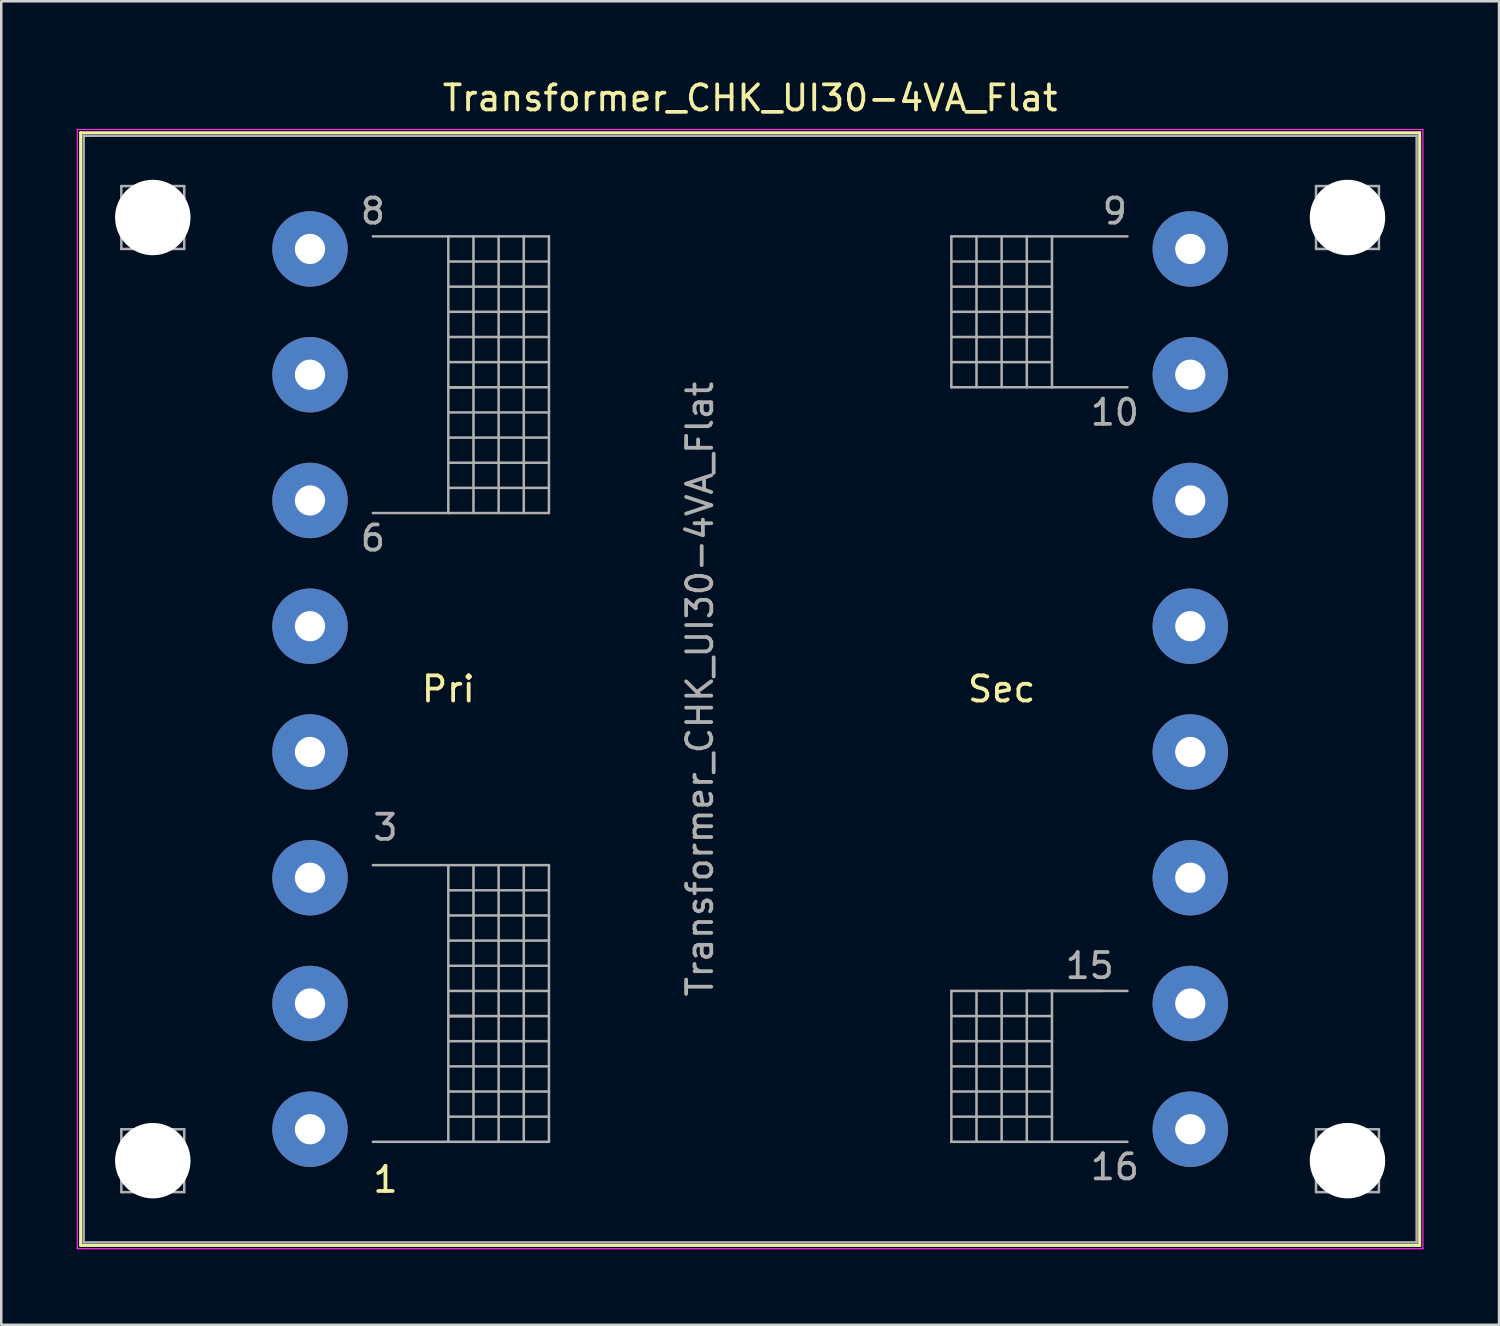
<source format=kicad_pcb>
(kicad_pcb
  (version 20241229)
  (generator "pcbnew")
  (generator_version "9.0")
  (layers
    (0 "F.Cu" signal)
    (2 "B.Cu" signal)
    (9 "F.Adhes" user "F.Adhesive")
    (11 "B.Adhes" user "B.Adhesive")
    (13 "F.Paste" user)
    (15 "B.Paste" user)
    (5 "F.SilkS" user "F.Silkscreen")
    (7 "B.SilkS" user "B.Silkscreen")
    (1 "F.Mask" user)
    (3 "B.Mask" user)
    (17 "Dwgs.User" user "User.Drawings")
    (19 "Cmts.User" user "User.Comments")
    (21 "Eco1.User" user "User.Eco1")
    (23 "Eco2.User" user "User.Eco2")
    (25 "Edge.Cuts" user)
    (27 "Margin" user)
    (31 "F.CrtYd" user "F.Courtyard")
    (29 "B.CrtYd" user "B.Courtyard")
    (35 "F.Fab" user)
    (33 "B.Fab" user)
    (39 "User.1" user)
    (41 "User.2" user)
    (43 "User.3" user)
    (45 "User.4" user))
  (footprint "Transformer_CHK_UI30-4VA_Flat"
    (layer "F.Cu")
    (at 9.275 41.848)
    (property "Reference" "Transformer_CHK_UI30-4VA_Flat" (at 17.5 -41 0) (layer "F.SilkS") (effects (font (size 1 1) (thickness 0.15))))
    (attr through_hole)
    (fp_line (start -9.12 -39.62) (end -9.12 4.62) (stroke (width 0.12) (type solid)) (layer "F.SilkS"))
    (fp_line (start -9.12 -39.62) (end 44.12 -39.62) (stroke (width 0.12) (type solid)) (layer "F.SilkS"))
    (fp_line (start 44.12 4.62) (end -9.12 4.62) (stroke (width 0.12) (type solid)) (layer "F.SilkS"))
    (fp_line (start 44.12 4.62) (end 44.12 -39.62) (stroke (width 0.12) (type solid)) (layer "F.SilkS"))
    (fp_line (start -9.25 -39.75) (end -9.25 4.75) (stroke (width 0.05) (type solid)) (layer "F.CrtYd"))
    (fp_line (start -9.25 -39.75) (end 44.25 -39.75) (stroke (width 0.05) (type solid)) (layer "F.CrtYd"))
    (fp_line (start 44.25 4.75) (end -9.25 4.75) (stroke (width 0.05) (type solid)) (layer "F.CrtYd"))
    (fp_line (start 44.25 4.75) (end 44.25 -39.75) (stroke (width 0.05) (type solid)) (layer "F.CrtYd"))
    (fp_line (start -9 -39.5) (end -9 4.5) (stroke (width 0.1) (type solid)) (layer "F.Fab"))
    (fp_line (start -9 4.5) (end 44 4.5) (stroke (width 0.1) (type solid)) (layer "F.Fab"))
    (fp_line (start -7.5 -37.5) (end -7.5 -35) (stroke (width 0.1) (type solid)) (layer "F.Fab"))
    (fp_line (start -7.5 -35) (end -5 -35) (stroke (width 0.1) (type solid)) (layer "F.Fab"))
    (fp_line (start -7.5 0) (end -7.5 2.5) (stroke (width 0.1) (type solid)) (layer "F.Fab"))
    (fp_line (start -7.5 2.5) (end -5 2.5) (stroke (width 0.1) (type solid)) (layer "F.Fab"))
    (fp_line (start -6.25 -37.5) (end -7.5 -37.5) (stroke (width 0.1) (type solid)) (layer "F.Fab"))
    (fp_line (start -6.25 0) (end -7.5 0) (stroke (width 0.1) (type solid)) (layer "F.Fab"))
    (fp_line (start -5 -37.5) (end -6.25 -37.5) (stroke (width 0.1) (type solid)) (layer "F.Fab"))
    (fp_line (start -5 -35) (end -5 -37.5) (stroke (width 0.1) (type solid)) (layer "F.Fab"))
    (fp_line (start -5 0) (end -6.25 0) (stroke (width 0.1) (type solid)) (layer "F.Fab"))
    (fp_line (start -5 2.5) (end -5 0) (stroke (width 0.1) (type solid)) (layer "F.Fab"))
    (fp_line (start 2.5 -35.5) (end 5.5 -35.5) (stroke (width 0.1) (type solid)) (layer "F.Fab"))
    (fp_line (start 2.5 -10.5) (end 5.5 -10.5) (stroke (width 0.1) (type solid)) (layer "F.Fab"))
    (fp_line (start 5.5 -35.5) (end 5.5 -24.5) (stroke (width 0.1) (type solid)) (layer "F.Fab"))
    (fp_line (start 5.5 -35.5) (end 9.5 -35.5) (stroke (width 0.1) (type solid)) (layer "F.Fab"))
    (fp_line (start 5.5 -34.5) (end 9.5 -34.5) (stroke (width 0.1) (type solid)) (layer "F.Fab"))
    (fp_line (start 5.5 -33.5) (end 9.5 -33.5) (stroke (width 0.1) (type solid)) (layer "F.Fab"))
    (fp_line (start 5.5 -32.5) (end 9.5 -32.5) (stroke (width 0.1) (type solid)) (layer "F.Fab"))
    (fp_line (start 5.5 -31.5) (end 9.5 -31.5) (stroke (width 0.1) (type solid)) (layer "F.Fab"))
    (fp_line (start 5.5 -30.5) (end 9.5 -30.5) (stroke (width 0.1) (type solid)) (layer "F.Fab"))
    (fp_line (start 5.5 -29.5) (end 6.5 -29.5) (stroke (width 0.1) (type solid)) (layer "F.Fab"))
    (fp_line (start 5.5 -28.5) (end 9.5 -28.5) (stroke (width 0.1) (type solid)) (layer "F.Fab"))
    (fp_line (start 5.5 -26.5) (end 8.5 -26.5) (stroke (width 0.1) (type solid)) (layer "F.Fab"))
    (fp_line (start 5.5 -24.5) (end 2.5 -24.5) (stroke (width 0.1) (type solid)) (layer "F.Fab"))
    (fp_line (start 5.5 -10.5) (end 5.5 0.5) (stroke (width 0.1) (type solid)) (layer "F.Fab"))
    (fp_line (start 5.5 -10.5) (end 9.5 -10.5) (stroke (width 0.1) (type solid)) (layer "F.Fab"))
    (fp_line (start 5.5 -9.5) (end 9.5 -9.5) (stroke (width 0.1) (type solid)) (layer "F.Fab"))
    (fp_line (start 5.5 -8.5) (end 9.5 -8.5) (stroke (width 0.1) (type solid)) (layer "F.Fab"))
    (fp_line (start 5.5 -7.5) (end 9.5 -7.5) (stroke (width 0.1) (type solid)) (layer "F.Fab"))
    (fp_line (start 5.5 -6.5) (end 9.5 -6.5) (stroke (width 0.1) (type solid)) (layer "F.Fab"))
    (fp_line (start 5.5 -5.5) (end 9.5 -5.5) (stroke (width 0.1) (type solid)) (layer "F.Fab"))
    (fp_line (start 5.5 -4.5) (end 6.5 -4.5) (stroke (width 0.1) (type solid)) (layer "F.Fab"))
    (fp_line (start 5.5 -3.5) (end 9.5 -3.5) (stroke (width 0.1) (type solid)) (layer "F.Fab"))
    (fp_line (start 5.5 -1.5) (end 8.5 -1.5) (stroke (width 0.1) (type solid)) (layer "F.Fab"))
    (fp_line (start 5.5 0.5) (end 2.5 0.5) (stroke (width 0.1) (type solid)) (layer "F.Fab"))
    (fp_line (start 6.5 -35.5) (end 6.5 -24.5) (stroke (width 0.1) (type solid)) (layer "F.Fab"))
    (fp_line (start 6.5 -29.5) (end 5.5 -29.5) (stroke (width 0.1) (type solid)) (layer "F.Fab"))
    (fp_line (start 6.5 -10.5) (end 6.5 0.5) (stroke (width 0.1) (type solid)) (layer "F.Fab"))
    (fp_line (start 6.5 -4.5) (end 5.5 -4.5) (stroke (width 0.1) (type solid)) (layer "F.Fab"))
    (fp_line (start 7.5 -24.5) (end 7.5 -35.5) (stroke (width 0.1) (type solid)) (layer "F.Fab"))
    (fp_line (start 7.5 0.5) (end 7.5 -10.5) (stroke (width 0.1) (type solid)) (layer "F.Fab"))
    (fp_line (start 8.5 -35.5) (end 8.5 -24.5) (stroke (width 0.1) (type solid)) (layer "F.Fab"))
    (fp_line (start 8.5 -26.5) (end 9.5 -26.5) (stroke (width 0.1) (type solid)) (layer "F.Fab"))
    (fp_line (start 8.5 -10.5) (end 8.5 0.5) (stroke (width 0.1) (type solid)) (layer "F.Fab"))
    (fp_line (start 8.5 -1.5) (end 9.5 -1.5) (stroke (width 0.1) (type solid)) (layer "F.Fab"))
    (fp_line (start 9.5 -35.5) (end 9.5 -24.5) (stroke (width 0.1) (type solid)) (layer "F.Fab"))
    (fp_line (start 9.5 -29.5) (end 5.5 -29.5) (stroke (width 0.1) (type solid)) (layer "F.Fab"))
    (fp_line (start 9.5 -27.5) (end 5.5 -27.5) (stroke (width 0.1) (type solid)) (layer "F.Fab"))
    (fp_line (start 9.5 -25.5) (end 5.5 -25.5) (stroke (width 0.1) (type solid)) (layer "F.Fab"))
    (fp_line (start 9.5 -24.5) (end 5.5 -24.5) (stroke (width 0.1) (type solid)) (layer "F.Fab"))
    (fp_line (start 9.5 -10.5) (end 9.5 0.5) (stroke (width 0.1) (type solid)) (layer "F.Fab"))
    (fp_line (start 9.5 -4.5) (end 5.5 -4.5) (stroke (width 0.1) (type solid)) (layer "F.Fab"))
    (fp_line (start 9.5 -2.5) (end 5.5 -2.5) (stroke (width 0.1) (type solid)) (layer "F.Fab"))
    (fp_line (start 9.5 -0.5) (end 5.5 -0.5) (stroke (width 0.1) (type solid)) (layer "F.Fab"))
    (fp_line (start 9.5 0.5) (end 5.5 0.5) (stroke (width 0.1) (type solid)) (layer "F.Fab"))
    (fp_line (start 25.5 -35.5) (end 25.5 -29.5) (stroke (width 0.1) (type solid)) (layer "F.Fab"))
    (fp_line (start 25.5 -34.5) (end 29.5 -34.5) (stroke (width 0.1) (type solid)) (layer "F.Fab"))
    (fp_line (start 25.5 -32.5) (end 29.5 -32.5) (stroke (width 0.1) (type solid)) (layer "F.Fab"))
    (fp_line (start 25.5 -31.5) (end 29.5 -31.5) (stroke (width 0.1) (type solid)) (layer "F.Fab"))
    (fp_line (start 25.5 -29.5) (end 29.5 -29.5) (stroke (width 0.1) (type solid)) (layer "F.Fab"))
    (fp_line (start 25.5 -5.5) (end 25.5 0.5) (stroke (width 0.1) (type solid)) (layer "F.Fab"))
    (fp_line (start 25.5 -4.5) (end 29.5 -4.5) (stroke (width 0.1) (type solid)) (layer "F.Fab"))
    (fp_line (start 25.5 -2.5) (end 29.5 -2.5) (stroke (width 0.1) (type solid)) (layer "F.Fab"))
    (fp_line (start 25.5 -1.5) (end 29.5 -1.5) (stroke (width 0.1) (type solid)) (layer "F.Fab"))
    (fp_line (start 25.5 0.5) (end 29.5 0.5) (stroke (width 0.1) (type solid)) (layer "F.Fab"))
    (fp_line (start 26.5 -35.5) (end 26.5 -29.5) (stroke (width 0.1) (type solid)) (layer "F.Fab"))
    (fp_line (start 26.5 -5.5) (end 26.5 0.5) (stroke (width 0.1) (type solid)) (layer "F.Fab"))
    (fp_line (start 27.5 -35.5) (end 27.5 -29.5) (stroke (width 0.1) (type solid)) (layer "F.Fab"))
    (fp_line (start 27.5 -5.5) (end 27.5 0.5) (stroke (width 0.1) (type solid)) (layer "F.Fab"))
    (fp_line (start 28.5 -35.5) (end 28.5 -29.5) (stroke (width 0.1) (type solid)) (layer "F.Fab"))
    (fp_line (start 28.5 -5.5) (end 28.5 0.5) (stroke (width 0.1) (type solid)) (layer "F.Fab"))
    (fp_line (start 29.5 -35.5) (end 25.5 -35.5) (stroke (width 0.1) (type solid)) (layer "F.Fab"))
    (fp_line (start 29.5 -35.5) (end 29.5 -29.5) (stroke (width 0.1) (type solid)) (layer "F.Fab"))
    (fp_line (start 29.5 -33.5) (end 25.5 -33.5) (stroke (width 0.1) (type solid)) (layer "F.Fab"))
    (fp_line (start 29.5 -30.5) (end 25.5 -30.5) (stroke (width 0.1) (type solid)) (layer "F.Fab"))
    (fp_line (start 29.5 -29.5) (end 32.5 -29.5) (stroke (width 0.1) (type solid)) (layer "F.Fab"))
    (fp_line (start 29.5 -5.5) (end 25.5 -5.5) (stroke (width 0.1) (type solid)) (layer "F.Fab"))
    (fp_line (start 29.5 -5.5) (end 29.5 0.5) (stroke (width 0.1) (type solid)) (layer "F.Fab"))
    (fp_line (start 29.5 -3.5) (end 25.5 -3.5) (stroke (width 0.1) (type solid)) (layer "F.Fab"))
    (fp_line (start 29.5 -0.5) (end 25.5 -0.5) (stroke (width 0.1) (type solid)) (layer "F.Fab"))
    (fp_line (start 29.5 0.5) (end 32.5 0.5) (stroke (width 0.1) (type solid)) (layer "F.Fab"))
    (fp_line (start 31.5 -5.5) (end 28.5 -5.5) (stroke (width 0.1) (type solid)) (layer "F.Fab"))
    (fp_line (start 32.5 -35.5) (end 29.5 -35.5) (stroke (width 0.1) (type solid)) (layer "F.Fab"))
    (fp_line (start 32.5 -5.5) (end 29.5 -5.5) (stroke (width 0.1) (type solid)) (layer "F.Fab"))
    (fp_line (start 40 -37.5) (end 40 -35) (stroke (width 0.1) (type solid)) (layer "F.Fab"))
    (fp_line (start 40 -35) (end 42.5 -35) (stroke (width 0.1) (type solid)) (layer "F.Fab"))
    (fp_line (start 40 0) (end 40 2.5) (stroke (width 0.1) (type solid)) (layer "F.Fab"))
    (fp_line (start 40 2.5) (end 42.5 2.5) (stroke (width 0.1) (type solid)) (layer "F.Fab"))
    (fp_line (start 41.25 -37.5) (end 40 -37.5) (stroke (width 0.1) (type solid)) (layer "F.Fab"))
    (fp_line (start 41.25 0) (end 40 0) (stroke (width 0.1) (type solid)) (layer "F.Fab"))
    (fp_line (start 42.5 -37.5) (end 41.25 -37.5) (stroke (width 0.1) (type solid)) (layer "F.Fab"))
    (fp_line (start 42.5 -35) (end 42.5 -37.5) (stroke (width 0.1) (type solid)) (layer "F.Fab"))
    (fp_line (start 42.5 0) (end 41.25 0) (stroke (width 0.1) (type solid)) (layer "F.Fab"))
    (fp_line (start 42.5 2.5) (end 42.5 0) (stroke (width 0.1) (type solid)) (layer "F.Fab"))
    (fp_line (start 44 -39.5) (end -9 -39.5) (stroke (width 0.1) (type solid)) (layer "F.Fab"))
    (fp_line (start 44 4.5) (end 44 -39.5) (stroke (width 0.1) (type solid)) (layer "F.Fab"))
    (fp_text user "1" (at 3 2 0) (layer "F.SilkS") (effects (font (size 1 1) (thickness 0.15))))
    (fp_text user "Sec" (at 27.5 -17.5 0) (layer "F.SilkS") (effects (font (size 1 1) (thickness 0.15))))
    (fp_text user "Pri" (at 5.5 -17.5 0) (layer "F.SilkS") (effects (font (size 1 1) (thickness 0.15))))
    (fp_text user "8" (at 2.5 -36.5 0) (layer "F.Fab") (effects (font (size 1 1) (thickness 0.15))))
    (fp_text user "16" (at 32 1.5 0) (layer "F.Fab") (effects (font (size 1 1) (thickness 0.15))))
    (fp_text user "3" (at 3 -12 0) (layer "F.Fab") (effects (font (size 1 1) (thickness 0.15))))
    (fp_text user "${REFERENCE}" (at 15.5 -17.5 90) (layer "F.Fab") (effects (font (size 1 1) (thickness 0.15))))
    (fp_text user "6" (at 2.5 -23.5 0) (layer "F.Fab") (effects (font (size 1 1) (thickness 0.15))))
    (fp_text user "15" (at 31 -6.5 0) (layer "F.Fab") (effects (font (size 1 1) (thickness 0.15))))
    (fp_text user "9" (at 32 -36.5 0) (layer "F.Fab") (effects (font (size 1 1) (thickness 0.15))))
    (fp_text user "10" (at 32 -28.5 0) (layer "F.Fab") (effects (font (size 1 1) (thickness 0.15))))
    (pad "" np_thru_hole circle (at -6.25 -36.25) (size 3 3) (drill 3) (layers "*.Cu" "*.Mask"))
    (pad "" np_thru_hole circle (at -6.25 1.25) (size 3 3) (drill 3) (layers "*.Cu" "*.Mask"))
    (pad "" np_thru_hole circle (at 41.25 -36.25) (size 3 3) (drill 3) (layers "*.Cu" "*.Mask"))
    (pad "" np_thru_hole circle (at 41.25 1.25) (size 3 3) (drill 3) (layers "*.Cu" "*.Mask"))
    (pad "1" thru_hole circle (at 0 0) (size 3 3) (drill 1.2) (layers "*.Cu" "*.Mask"))
    (pad "2" thru_hole circle (at 0 -5) (size 3 3) (drill 1.2) (layers "*.Cu" "*.Mask"))
    (pad "3" thru_hole circle (at 0 -10) (size 3 3) (drill 1.2) (layers "*.Cu" "*.Mask"))
    (pad "4" thru_hole circle (at 0 -15) (size 3 3) (drill 1.2) (layers "*.Cu" "*.Mask"))
    (pad "5" thru_hole circle (at 0 -20) (size 3 3) (drill 1.2) (layers "*.Cu" "*.Mask"))
    (pad "6" thru_hole circle (at 0 -25) (size 3 3) (drill 1.2) (layers "*.Cu" "*.Mask"))
    (pad "7" thru_hole circle (at 0 -30) (size 3 3) (drill 1.2) (layers "*.Cu" "*.Mask"))
    (pad "8" thru_hole circle (at 0 -35) (size 3 3) (drill 1.2) (layers "*.Cu" "*.Mask"))
    (pad "9" thru_hole circle (at 35 -35) (size 3 3) (drill 1.2) (layers "*.Cu" "*.Mask"))
    (pad "10" thru_hole circle (at 35 -30) (size 3 3) (drill 1.2) (layers "*.Cu" "*.Mask"))
    (pad "11" thru_hole circle (at 35 -25) (size 3 3) (drill 1.2) (layers "*.Cu" "*.Mask"))
    (pad "12" thru_hole circle (at 35 -20) (size 3 3) (drill 1.2) (layers "*.Cu" "*.Mask"))
    (pad "13" thru_hole circle (at 35 -15) (size 3 3) (drill 1.2) (layers "*.Cu" "*.Mask"))
    (pad "14" thru_hole circle (at 35 -10) (size 3 3) (drill 1.2) (layers "*.Cu" "*.Mask"))
    (pad "15" thru_hole circle (at 35 -5) (size 3 3) (drill 1.2) (layers "*.Cu" "*.Mask"))
    (pad "16" thru_hole circle (at 35 0) (size 3 3) (drill 1.2) (layers "*.Cu" "*.Mask")))
  (gr_rect
    (start -3 -3)
    (end 56.55 49.623)
    (stroke (width 0.1) (type default))
    (fill no)
    (layer "Edge.Cuts")))
</source>
